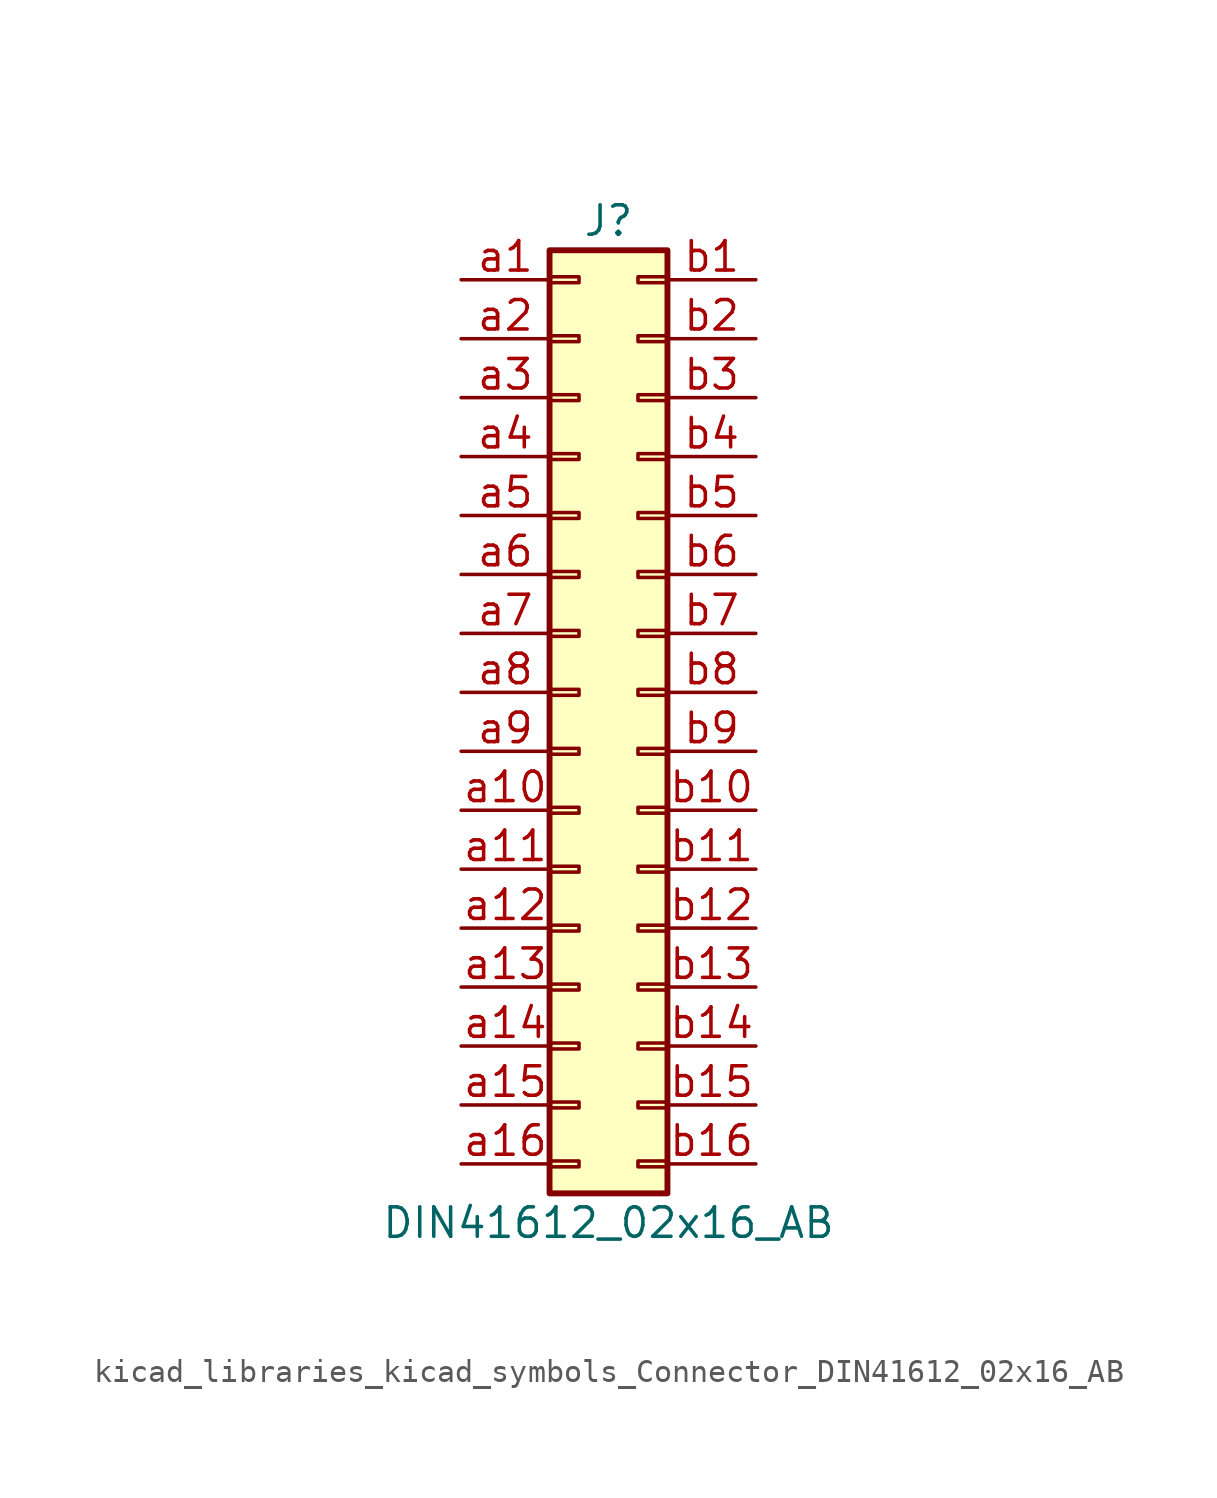
<source format=kicad_sym>
(kicad_symbol_lib
  (version 20220914)
  (generator kicad_symbol_editor)
  (symbol "kicad_libraries_kicad_symbols_Connector_DIN41612_02x16_AB"
    (pin_names
      (offset 1.016) hide)
    (property "Reference" "J"
      (at 1.27 20.32 0)
      (effects (font (size 1.27 1.27))))
    (property "Value" "DIN41612_02x16_AB"
      (at 1.27 -22.86 0)
      (effects (font (size 1.27 1.27))))
    (symbol "kicad_libraries_kicad_symbols_Connector_DIN41612_02x16_AB_1_1"
      (rectangle (start -1.27 -20.193) (end 0 -20.447) (stroke (width 0.152) (type default)) (fill (type none)))
      (rectangle (start -1.27 -17.653) (end 0 -17.907) (stroke (width 0.152) (type default)) (fill (type none)))
      (rectangle (start -1.27 -15.113) (end 0 -15.367) (stroke (width 0.152) (type default)) (fill (type none)))
      (rectangle (start -1.27 -12.573) (end 0 -12.827) (stroke (width 0.152) (type default)) (fill (type none)))
      (rectangle (start -1.27 -10.033) (end 0 -10.287) (stroke (width 0.152) (type default)) (fill (type none)))
      (rectangle (start -1.27 -7.493) (end 0 -7.747) (stroke (width 0.152) (type default)) (fill (type none)))
      (rectangle (start -1.27 -4.953) (end 0 -5.207) (stroke (width 0.152) (type default)) (fill (type none)))
      (rectangle (start -1.27 -2.413) (end 0 -2.667) (stroke (width 0.152) (type default)) (fill (type none)))
      (rectangle (start -1.27 0.127) (end 0 -0.127) (stroke (width 0.152) (type default)) (fill (type none)))
      (rectangle (start -1.27 2.667) (end 0 2.413) (stroke (width 0.152) (type default)) (fill (type none)))
      (rectangle (start -1.27 5.207) (end 0 4.953) (stroke (width 0.152) (type default)) (fill (type none)))
      (rectangle (start -1.27 7.747) (end 0 7.493) (stroke (width 0.152) (type default)) (fill (type none)))
      (rectangle (start -1.27 10.287) (end 0 10.033) (stroke (width 0.152) (type default)) (fill (type none)))
      (rectangle (start -1.27 12.827) (end 0 12.573) (stroke (width 0.152) (type default)) (fill (type none)))
      (rectangle (start -1.27 15.367) (end 0 15.113) (stroke (width 0.152) (type default)) (fill (type none)))
      (rectangle (start -1.27 17.907) (end 0 17.653) (stroke (width 0.152) (type default)) (fill (type none)))
      (rectangle (start -1.27 19.05) (end 3.81 -21.59) (stroke (width 0.254) (type default)) (fill (type background)))
      (rectangle (start 3.81 -20.193) (end 2.54 -20.447) (stroke (width 0.152) (type default)) (fill (type none)))
      (rectangle (start 3.81 -17.653) (end 2.54 -17.907) (stroke (width 0.152) (type default)) (fill (type none)))
      (rectangle (start 3.81 -15.113) (end 2.54 -15.367) (stroke (width 0.152) (type default)) (fill (type none)))
      (rectangle (start 3.81 -12.573) (end 2.54 -12.827) (stroke (width 0.152) (type default)) (fill (type none)))
      (rectangle (start 3.81 -10.033) (end 2.54 -10.287) (stroke (width 0.152) (type default)) (fill (type none)))
      (rectangle (start 3.81 -7.493) (end 2.54 -7.747) (stroke (width 0.152) (type default)) (fill (type none)))
      (rectangle (start 3.81 -4.953) (end 2.54 -5.207) (stroke (width 0.152) (type default)) (fill (type none)))
      (rectangle (start 3.81 -2.413) (end 2.54 -2.667) (stroke (width 0.152) (type default)) (fill (type none)))
      (rectangle (start 3.81 0.127) (end 2.54 -0.127) (stroke (width 0.152) (type default)) (fill (type none)))
      (rectangle (start 3.81 2.667) (end 2.54 2.413) (stroke (width 0.152) (type default)) (fill (type none)))
      (rectangle (start 3.81 5.207) (end 2.54 4.953) (stroke (width 0.152) (type default)) (fill (type none)))
      (rectangle (start 3.81 7.747) (end 2.54 7.493) (stroke (width 0.152) (type default)) (fill (type none)))
      (rectangle (start 3.81 10.287) (end 2.54 10.033) (stroke (width 0.152) (type default)) (fill (type none)))
      (rectangle (start 3.81 12.827) (end 2.54 12.573) (stroke (width 0.152) (type default)) (fill (type none)))
      (rectangle (start 3.81 15.367) (end 2.54 15.113) (stroke (width 0.152) (type default)) (fill (type none)))
      (rectangle (start 3.81 17.907) (end 2.54 17.653) (stroke (width 0.152) (type default)) (fill (type none)))
      (pin passive line (at -5.08 17.78 0) (length 3.81) (name "Pin_a1" (effects (font (size 1.27 1.27)))) (number "a1" (effects (font (size 1.27 1.27)))))
      (pin passive line (at -5.08 -5.08 0) (length 3.81) (name "Pin_a10" (effects (font (size 1.27 1.27)))) (number "a10" (effects (font (size 1.27 1.27)))))
      (pin passive line (at -5.08 -7.62 0) (length 3.81) (name "Pin_a11" (effects (font (size 1.27 1.27)))) (number "a11" (effects (font (size 1.27 1.27)))))
      (pin passive line (at -5.08 -10.16 0) (length 3.81) (name "Pin_a12" (effects (font (size 1.27 1.27)))) (number "a12" (effects (font (size 1.27 1.27)))))
      (pin passive line (at -5.08 -12.7 0) (length 3.81) (name "Pin_a13" (effects (font (size 1.27 1.27)))) (number "a13" (effects (font (size 1.27 1.27)))))
      (pin passive line (at -5.08 -15.24 0) (length 3.81) (name "Pin_a14" (effects (font (size 1.27 1.27)))) (number "a14" (effects (font (size 1.27 1.27)))))
      (pin passive line (at -5.08 -17.78 0) (length 3.81) (name "Pin_a15" (effects (font (size 1.27 1.27)))) (number "a15" (effects (font (size 1.27 1.27)))))
      (pin passive line (at -5.08 -20.32 0) (length 3.81) (name "Pin_a16" (effects (font (size 1.27 1.27)))) (number "a16" (effects (font (size 1.27 1.27)))))
      (pin passive line (at -5.08 15.24 0) (length 3.81) (name "Pin_a2" (effects (font (size 1.27 1.27)))) (number "a2" (effects (font (size 1.27 1.27)))))
      (pin passive line (at -5.08 12.7 0) (length 3.81) (name "Pin_a3" (effects (font (size 1.27 1.27)))) (number "a3" (effects (font (size 1.27 1.27)))))
      (pin passive line (at -5.08 10.16 0) (length 3.81) (name "Pin_a4" (effects (font (size 1.27 1.27)))) (number "a4" (effects (font (size 1.27 1.27)))))
      (pin passive line (at -5.08 7.62 0) (length 3.81) (name "Pin_a5" (effects (font (size 1.27 1.27)))) (number "a5" (effects (font (size 1.27 1.27)))))
      (pin passive line (at -5.08 5.08 0) (length 3.81) (name "Pin_a6" (effects (font (size 1.27 1.27)))) (number "a6" (effects (font (size 1.27 1.27)))))
      (pin passive line (at -5.08 2.54 0) (length 3.81) (name "Pin_a7" (effects (font (size 1.27 1.27)))) (number "a7" (effects (font (size 1.27 1.27)))))
      (pin passive line (at -5.08 0 0) (length 3.81) (name "Pin_a8" (effects (font (size 1.27 1.27)))) (number "a8" (effects (font (size 1.27 1.27)))))
      (pin passive line (at -5.08 -2.54 0) (length 3.81) (name "Pin_a9" (effects (font (size 1.27 1.27)))) (number "a9" (effects (font (size 1.27 1.27)))))
      (pin passive line (at 7.62 17.78 180) (length 3.81) (name "Pin_b1" (effects (font (size 1.27 1.27)))) (number "b1" (effects (font (size 1.27 1.27)))))
      (pin passive line (at 7.62 -5.08 180) (length 3.81) (name "Pin_b10" (effects (font (size 1.27 1.27)))) (number "b10" (effects (font (size 1.27 1.27)))))
      (pin passive line (at 7.62 -7.62 180) (length 3.81) (name "Pin_b11" (effects (font (size 1.27 1.27)))) (number "b11" (effects (font (size 1.27 1.27)))))
      (pin passive line (at 7.62 -10.16 180) (length 3.81) (name "Pin_b12" (effects (font (size 1.27 1.27)))) (number "b12" (effects (font (size 1.27 1.27)))))
      (pin passive line (at 7.62 -12.7 180) (length 3.81) (name "Pin_b13" (effects (font (size 1.27 1.27)))) (number "b13" (effects (font (size 1.27 1.27)))))
      (pin passive line (at 7.62 -15.24 180) (length 3.81) (name "Pin_b14" (effects (font (size 1.27 1.27)))) (number "b14" (effects (font (size 1.27 1.27)))))
      (pin passive line (at 7.62 -17.78 180) (length 3.81) (name "Pin_b15" (effects (font (size 1.27 1.27)))) (number "b15" (effects (font (size 1.27 1.27)))))
      (pin passive line (at 7.62 -20.32 180) (length 3.81) (name "Pin_b16" (effects (font (size 1.27 1.27)))) (number "b16" (effects (font (size 1.27 1.27)))))
      (pin passive line (at 7.62 15.24 180) (length 3.81) (name "Pin_b2" (effects (font (size 1.27 1.27)))) (number "b2" (effects (font (size 1.27 1.27)))))
      (pin passive line (at 7.62 12.7 180) (length 3.81) (name "Pin_b3" (effects (font (size 1.27 1.27)))) (number "b3" (effects (font (size 1.27 1.27)))))
      (pin passive line (at 7.62 10.16 180) (length 3.81) (name "Pin_b4" (effects (font (size 1.27 1.27)))) (number "b4" (effects (font (size 1.27 1.27)))))
      (pin passive line (at 7.62 7.62 180) (length 3.81) (name "Pin_b5" (effects (font (size 1.27 1.27)))) (number "b5" (effects (font (size 1.27 1.27)))))
      (pin passive line (at 7.62 5.08 180) (length 3.81) (name "Pin_b6" (effects (font (size 1.27 1.27)))) (number "b6" (effects (font (size 1.27 1.27)))))
      (pin passive line (at 7.62 2.54 180) (length 3.81) (name "Pin_b7" (effects (font (size 1.27 1.27)))) (number "b7" (effects (font (size 1.27 1.27)))))
      (pin passive line (at 7.62 0 180) (length 3.81) (name "Pin_b8" (effects (font (size 1.27 1.27)))) (number "b8" (effects (font (size 1.27 1.27)))))
      (pin passive line (at 7.62 -2.54 180) (length 3.81) (name "Pin_b9" (effects (font (size 1.27 1.27)))) (number "b9" (effects (font (size 1.27 1.27))))))))
</source>
